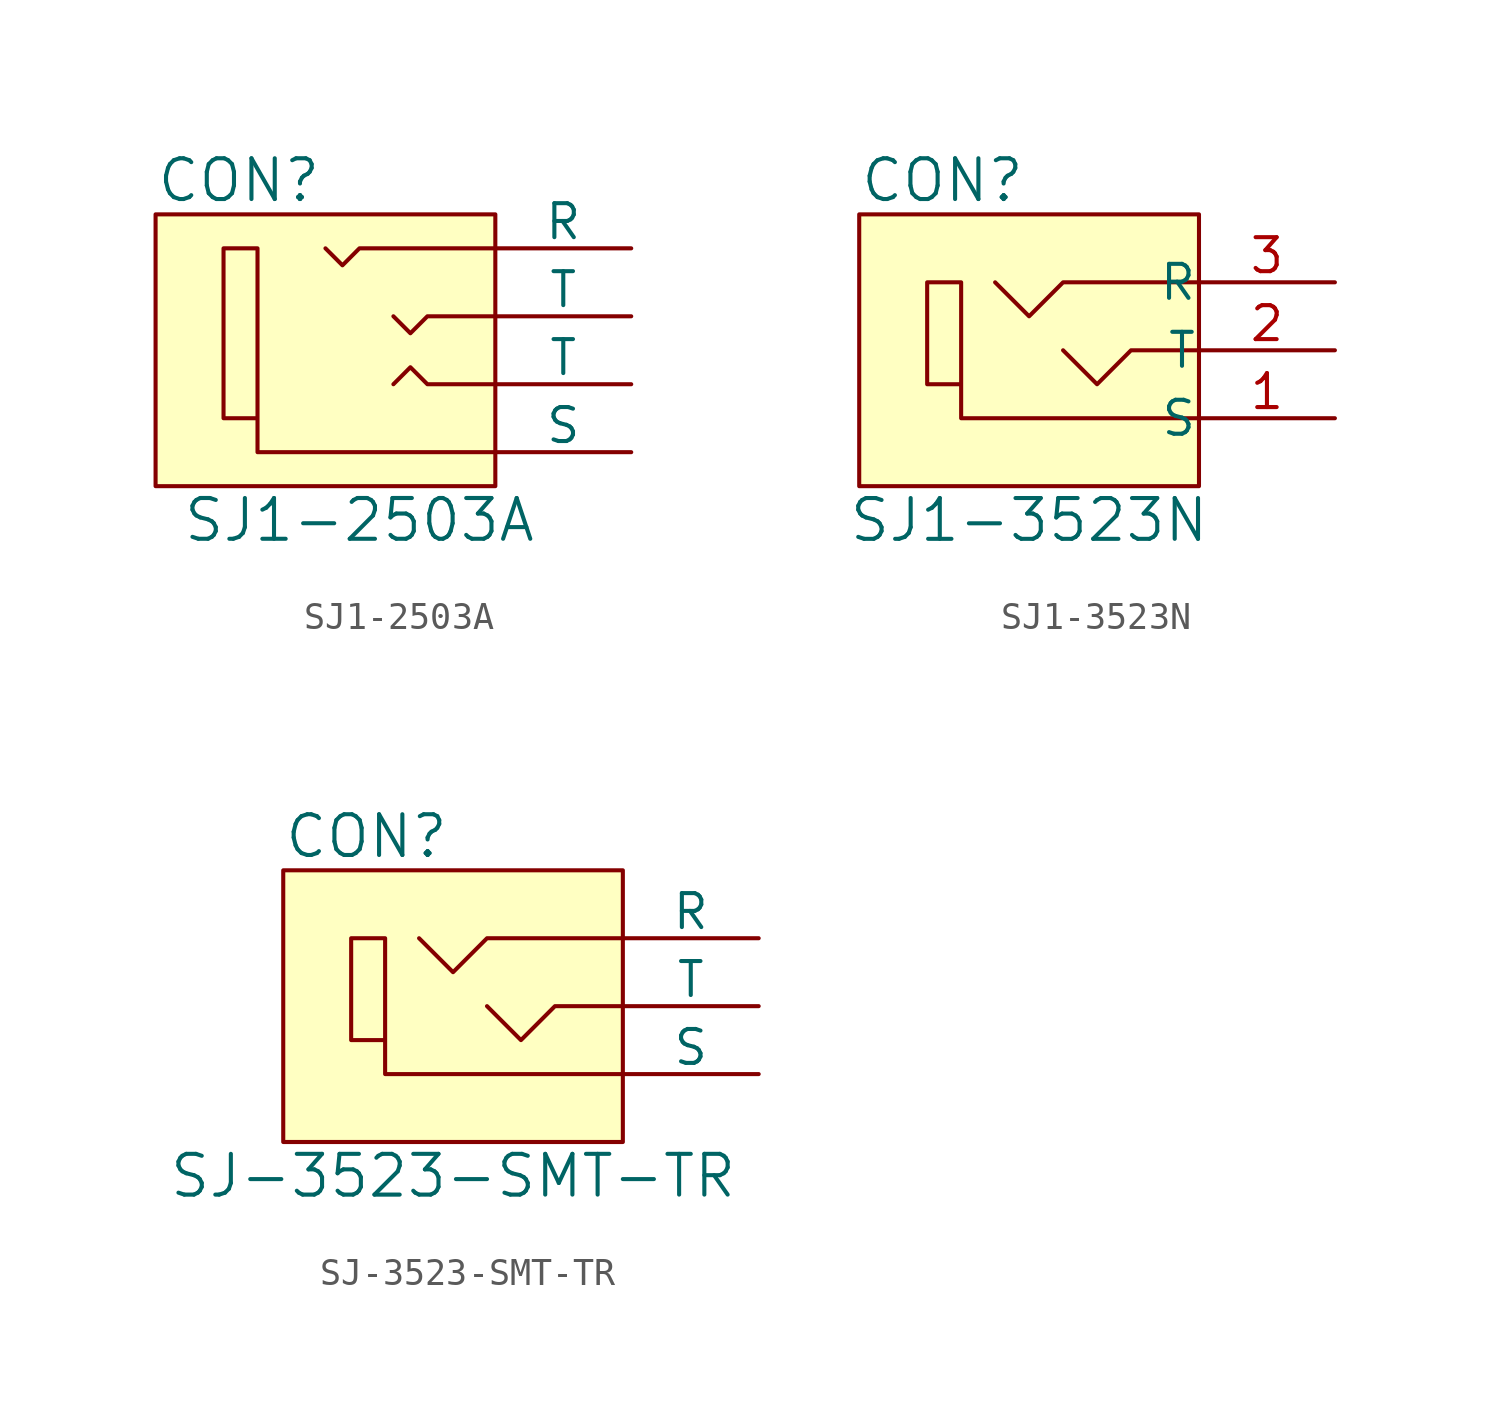
<source format=kicad_sym>
(kicad_symbol_lib
  (version 20220914)
  (generator kicad_symbol_editor)
  (symbol "SJ1-2503A"
    (pin_numbers hide)
    (pin_names
      (offset 0))
    (property "Reference" "CON"
      (at -7.62 5.08 0)
      (effects (font (size 1.524 1.524)) (justify left)))
    (property "Value" "SJ1-2503A"
      (at 0 -7.62 0)
      (effects (font (size 1.524 1.524))))
    (symbol "SJ1-2503A_0_1"
      (polyline (pts (xy 5.08 -2.54) (xy 2.54 -2.54) (xy 1.905 -1.905) (xy 1.27 -2.54)) (stroke (width 0) (type solid)) (fill (type none)))
      (polyline (pts (xy 5.08 0) (xy 2.54 0) (xy 1.905 -0.635) (xy 1.27 0)) (stroke (width 0) (type solid)) (fill (type none)))
      (polyline (pts (xy 5.08 2.54) (xy 0 2.54) (xy -0.635 1.905) (xy -1.27 2.54)) (stroke (width 0) (type solid)) (fill (type none)))
      (polyline (pts (xy 5.08 -5.08) (xy -3.81 -5.08) (xy -3.81 2.54) (xy -5.08 2.54) (xy -5.08 -3.81) (xy -3.81 -3.81)) (stroke (width 0) (type solid)) (fill (type none)))
      (rectangle (start 5.08 3.81) (end -7.62 -6.35) (stroke (width 0) (type solid)) (fill (type background))))
    (symbol "SJ1-2503A_1_1"
      (pin passive line (at 10.16 -5.08 180) (length 5.08) (name "S" (effects (font (size 1.27 1.27)))) (number "1" (effects (font (size 1.27 1.27)))))
      (pin passive line (at 10.16 0 180) (length 5.08) (name "T" (effects (font (size 1.27 1.27)))) (number "2" (effects (font (size 1.27 1.27)))))
      (pin passive line (at 10.16 -2.54 180) (length 5.08) (name "T" (effects (font (size 1.27 1.27)))) (number "3" (effects (font (size 1.27 1.27)))))
      (pin passive line (at 10.16 2.54 180) (length 5.08) (name "R" (effects (font (size 1.27 1.27)))) (number "4" (effects (font (size 1.27 1.27)))))))
  (symbol "SJ1-3523N"
    (pin_names
      (offset 0.051))
    (property "Reference" "CON"
      (at -7.62 6.35 0)
      (effects (font (size 1.524 1.524)) (justify left)))
    (property "Value" "SJ1-3523N"
      (at -1.27 -6.35 0)
      (effects (font (size 1.524 1.524))))
    (symbol "SJ1-3523N_0_1"
      (polyline (pts (xy 5.08 0) (xy 2.54 0) (xy 1.27 -1.27) (xy 0 0)) (stroke (width 0) (type solid)) (fill (type none)))
      (polyline (pts (xy 5.08 2.54) (xy 0 2.54) (xy -1.27 1.27) (xy -2.54 2.54)) (stroke (width 0) (type solid)) (fill (type none)))
      (polyline (pts (xy 5.08 -2.54) (xy -3.81 -2.54) (xy -3.81 2.54) (xy -5.08 2.54) (xy -5.08 -1.27) (xy -3.81 -1.27)) (stroke (width 0) (type solid)) (fill (type none)))
      (rectangle (start 5.08 5.08) (end -7.62 -5.08) (stroke (width 0) (type solid)) (fill (type background))))
    (symbol "SJ1-3523N_1_1"
      (pin passive line (at 10.16 -2.54 180) (length 5.08) (name "S" (effects (font (size 1.27 1.27)))) (number "1" (effects (font (size 1.27 1.27)))))
      (pin passive line (at 10.16 0 180) (length 5.08) (name "T" (effects (font (size 1.27 1.27)))) (number "2" (effects (font (size 1.27 1.27)))))
      (pin passive line (at 10.16 2.54 180) (length 5.08) (name "R" (effects (font (size 1.27 1.27)))) (number "3" (effects (font (size 1.27 1.27)))))))
  (symbol "SJ-3523-SMT-TR"
    (pin_numbers hide)
    (pin_names
      (offset 0))
    (property "Reference" "CON"
      (at -7.62 6.35 0)
      (effects (font (size 1.524 1.524)) (justify left)))
    (property "Value" "SJ-3523-SMT-TR"
      (at -1.27 -6.35 0)
      (effects (font (size 1.524 1.524))))
    (symbol "SJ-3523-SMT-TR_0_1"
      (polyline (pts (xy 5.08 0) (xy 2.54 0) (xy 1.27 -1.27) (xy 0 0)) (stroke (width 0) (type solid)) (fill (type none)))
      (polyline (pts (xy 5.08 2.54) (xy 0 2.54) (xy -1.27 1.27) (xy -2.54 2.54)) (stroke (width 0) (type solid)) (fill (type none)))
      (polyline (pts (xy 5.08 -2.54) (xy -3.81 -2.54) (xy -3.81 2.54) (xy -5.08 2.54) (xy -5.08 -1.27) (xy -3.81 -1.27)) (stroke (width 0) (type solid)) (fill (type none)))
      (rectangle (start 5.08 5.08) (end -7.62 -5.08) (stroke (width 0) (type solid)) (fill (type background))))
    (symbol "SJ-3523-SMT-TR_1_1"
      (pin passive line (at 10.16 -2.54 180) (length 5.08) (name "S" (effects (font (size 1.27 1.27)))) (number "1" (effects (font (size 1.27 1.27)))))
      (pin passive line (at 10.16 0 180) (length 5.08) (name "T" (effects (font (size 1.27 1.27)))) (number "2" (effects (font (size 1.27 1.27)))))
      (pin passive line (at 10.16 2.54 180) (length 5.08) (name "R" (effects (font (size 1.27 1.27)))) (number "3" (effects (font (size 1.27 1.27))))))))
</source>
